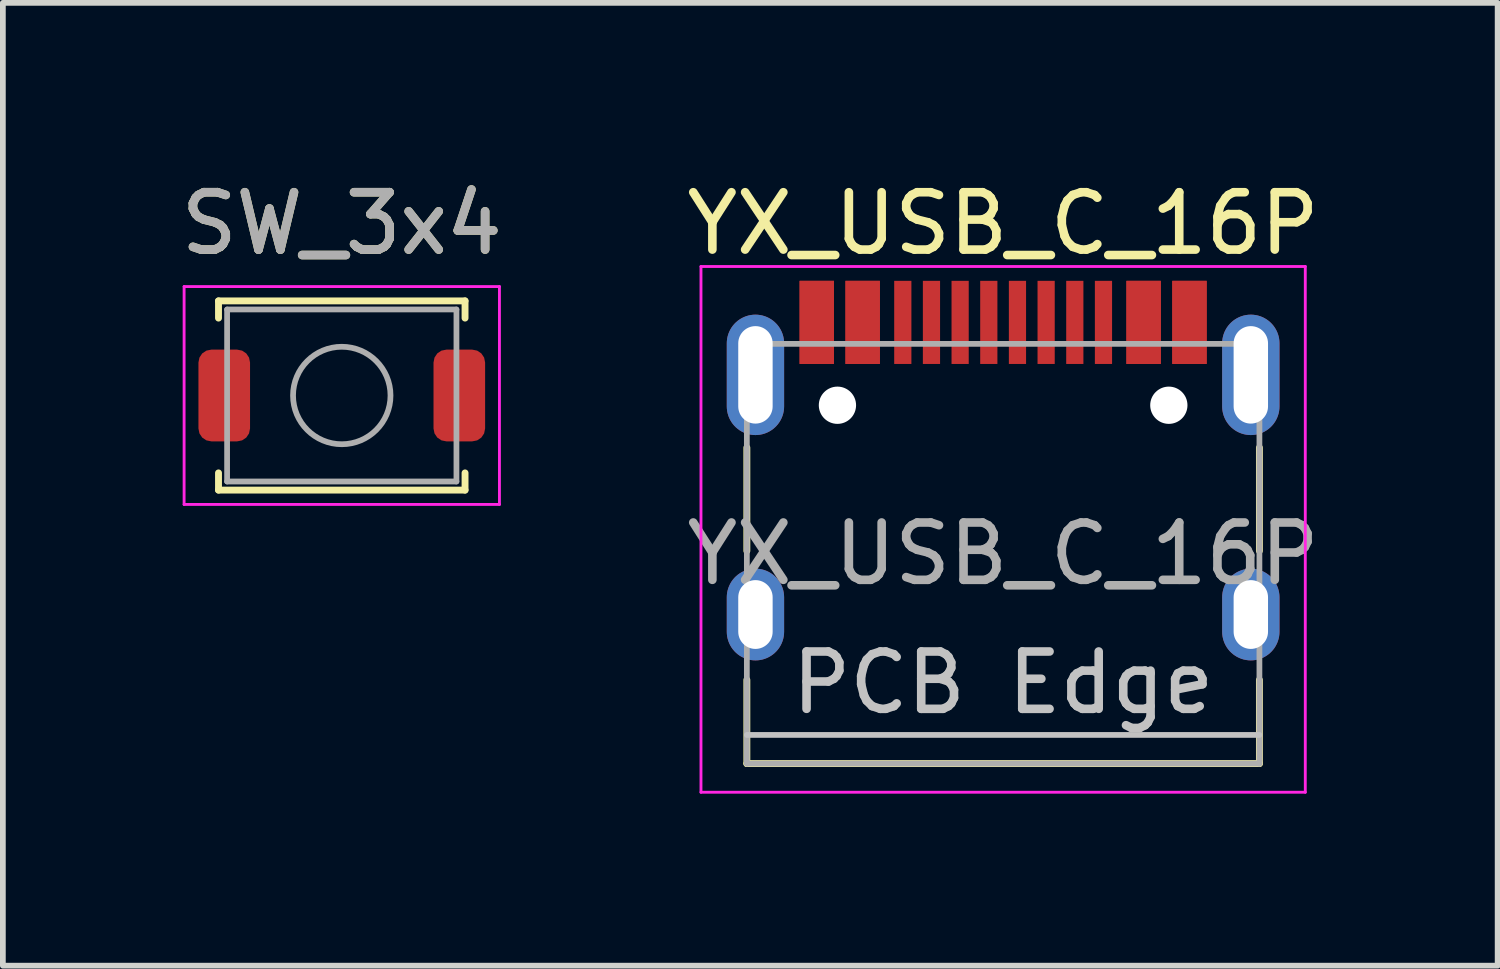
<source format=kicad_pcb>
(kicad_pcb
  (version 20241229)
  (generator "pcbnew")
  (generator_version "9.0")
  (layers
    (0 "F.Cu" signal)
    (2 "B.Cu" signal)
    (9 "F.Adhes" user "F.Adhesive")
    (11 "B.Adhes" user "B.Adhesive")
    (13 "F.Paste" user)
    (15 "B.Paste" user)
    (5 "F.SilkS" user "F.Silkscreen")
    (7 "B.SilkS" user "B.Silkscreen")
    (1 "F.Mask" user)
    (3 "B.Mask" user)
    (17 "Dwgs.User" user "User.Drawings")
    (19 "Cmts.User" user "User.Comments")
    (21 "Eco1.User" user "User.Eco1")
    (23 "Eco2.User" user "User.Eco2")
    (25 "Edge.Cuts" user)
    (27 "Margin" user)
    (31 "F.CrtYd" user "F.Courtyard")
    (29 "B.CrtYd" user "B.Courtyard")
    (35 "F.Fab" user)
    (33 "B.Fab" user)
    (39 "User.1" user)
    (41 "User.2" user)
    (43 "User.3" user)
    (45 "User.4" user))
  (footprint "SW_3x4"
    (layer "F.Cu")
    (at 2.911 3.848)
    (property "Reference" "SW_3x4" (at 0 -3 0) (unlocked yes) (layer "F.SilkS") (effects (font (size 1 1) (thickness 0.15))))
    (attr smd)
    (fp_line (start -2.15 -1.65) (end -2.15 -1.35) (stroke (width 0.12) (type solid)) (layer "F.SilkS"))
    (fp_line (start -2.15 -1.65) (end 2.15 -1.65) (stroke (width 0.12) (type solid)) (layer "F.SilkS"))
    (fp_line (start -2.15 1.65) (end -2.15 1.35) (stroke (width 0.12) (type solid)) (layer "F.SilkS"))
    (fp_line (start -2.15 1.65) (end 2.15 1.65) (stroke (width 0.12) (type solid)) (layer "F.SilkS"))
    (fp_line (start 2.15 -1.65) (end 2.15 -1.35) (stroke (width 0.12) (type solid)) (layer "F.SilkS"))
    (fp_line (start 2.15 1.65) (end 2.15 1.35) (stroke (width 0.12) (type solid)) (layer "F.SilkS"))
    (fp_line (start -2.75 -1.9) (end -2.75 1.9) (stroke (width 0.05) (type solid)) (layer "F.CrtYd"))
    (fp_line (start -2.75 -1.9) (end 2.75 -1.9) (stroke (width 0.05) (type solid)) (layer "F.CrtYd"))
    (fp_line (start -2.75 1.9) (end 2.75 1.9) (stroke (width 0.05) (type solid)) (layer "F.CrtYd"))
    (fp_line (start 2.75 -1.9) (end 2.75 1.9) (stroke (width 0.05) (type solid)) (layer "F.CrtYd"))
    (fp_line (start -2 -1.5) (end 2 -1.5) (stroke (width 0.1) (type solid)) (layer "F.Fab"))
    (fp_line (start -2 1.5) (end -2 -1.5) (stroke (width 0.1) (type solid)) (layer "F.Fab"))
    (fp_line (start -2 1.5) (end 2 1.5) (stroke (width 0.1) (type solid)) (layer "F.Fab"))
    (fp_line (start 2 -1.5) (end 2 1.5) (stroke (width 0.1) (type solid)) (layer "F.Fab"))
    (fp_circle (center 0 0) (end 0.85 0) (stroke (width 0.1) (type solid)) (fill no) (layer "F.Fab"))
    (fp_text user "${REFERENCE}" (at 0 -3 0) (unlocked yes) (layer "F.Fab") (effects (font (size 1 1) (thickness 0.15))))
    (pad "1" smd roundrect (at -2.05 0) (size 0.9 1.6) (layers "F.Cu" "F.Mask" "F.Paste") (roundrect_rratio 0.25))
    (pad "2" smd roundrect (at 2.05 0) (size 0.9 1.6) (layers "F.Cu" "F.Mask" "F.Paste") (roundrect_rratio 0.25)))
  (footprint "YX_USB_C_16P"
    (layer "F.Cu")
    (at 14.446 6.183)
    (property "Reference" "YX_USB_C_16P" (at 0 -5.335 0) (layer "F.SilkS") (effects (font (size 1 1) (thickness 0.15))))
    (attr smd)
    (fp_line (start -4.47 -1.425) (end -4.47 0.375) (stroke (width 0.12) (type solid)) (layer "F.SilkS"))
    (fp_line (start -4.47 4.085) (end -4.47 2.625) (stroke (width 0.12) (type solid)) (layer "F.SilkS"))
    (fp_line (start 4.47 -1.425) (end 4.47 0.375) (stroke (width 0.12) (type solid)) (layer "F.SilkS"))
    (fp_line (start 4.47 4.085) (end -4.47 4.085) (stroke (width 0.12) (type solid)) (layer "F.SilkS"))
    (fp_line (start 4.47 4.085) (end 4.47 2.625) (stroke (width 0.12) (type solid)) (layer "F.SilkS"))
    (fp_line (start -4.47 3.585) (end 4.47 3.585) (stroke (width 0.1) (type solid)) (layer "Dwgs.User"))
    (fp_line (start -5.27 -4.585) (end -5.27 4.585) (stroke (width 0.05) (type solid)) (layer "F.CrtYd"))
    (fp_line (start -5.27 4.585) (end 5.27 4.585) (stroke (width 0.05) (type solid)) (layer "F.CrtYd"))
    (fp_line (start 5.27 -4.585) (end -5.27 -4.585) (stroke (width 0.05) (type solid)) (layer "F.CrtYd"))
    (fp_line (start 5.27 4.585) (end 5.27 -4.585) (stroke (width 0.05) (type solid)) (layer "F.CrtYd"))
    (fp_line (start -4.47 -3.235) (end -4.47 4.085) (stroke (width 0.1) (type solid)) (layer "F.Fab"))
    (fp_line (start -4.47 -3.235) (end 4.47 -3.235) (stroke (width 0.1) (type solid)) (layer "F.Fab"))
    (fp_line (start 4.47 -3.235) (end 4.47 4.085) (stroke (width 0.1) (type solid)) (layer "F.Fab"))
    (fp_line (start 4.47 4.085) (end -4.47 4.085) (stroke (width 0.1) (type solid)) (layer "F.Fab"))
    (fp_text user "PCB Edge" (at 0 2.675 0) (layer "Dwgs.User") (effects (font (size 1 1) (thickness 0.15))))
    (fp_text user "${REFERENCE}" (at 0 0.425 0) (layer "F.Fab") (effects (font (size 1 1) (thickness 0.15))))
    (pad "" np_thru_hole circle (at -2.89 -2.165 180) (size 0.65 0.65) (drill 0.65) (layers "*.Cu" "*.Mask"))
    (pad "" np_thru_hole circle (at 2.89 -2.165 180) (size 0.65 0.65) (drill 0.65) (layers "*.Cu" "*.Mask"))
    (pad "A1" smd rect (at -3.25 -3.61) (size 0.6 1.45) (layers "F.Cu" "F.Mask" "F.Paste"))
    (pad "A4" smd rect (at -2.45 -3.61) (size 0.6 1.45) (layers "F.Cu" "F.Mask" "F.Paste"))
    (pad "A5" smd rect (at -1.25 -3.61 180) (size 0.3 1.45) (layers "F.Cu" "F.Mask" "F.Paste"))
    (pad "A6" smd rect (at -0.25 -3.61 180) (size 0.3 1.45) (layers "F.Cu" "F.Mask" "F.Paste"))
    (pad "A7" smd rect (at 0.25 -3.61 180) (size 0.3 1.45) (layers "F.Cu" "F.Mask" "F.Paste"))
    (pad "A8" smd rect (at 1.25 -3.61 180) (size 0.3 1.45) (layers "F.Cu" "F.Mask" "F.Paste"))
    (pad "A9" smd rect (at 2.45 -3.61) (size 0.6 1.45) (layers "F.Cu" "F.Mask" "F.Paste"))
    (pad "A12" smd rect (at 3.25 -3.61) (size 0.6 1.45) (layers "F.Cu" "F.Mask" "F.Paste"))
    (pad "B1" smd rect (at 3.25 -3.61) (size 0.6 1.45) (layers "F.Cu" "F.Mask" "F.Paste"))
    (pad "B4" smd rect (at 2.45 -3.61) (size 0.6 1.45) (layers "F.Cu" "F.Mask" "F.Paste"))
    (pad "B5" smd rect (at 1.75 -3.61 180) (size 0.3 1.45) (layers "F.Cu" "F.Mask" "F.Paste"))
    (pad "B6" smd rect (at 0.75 -3.61 180) (size 0.3 1.45) (layers "F.Cu" "F.Mask" "F.Paste"))
    (pad "B7" smd rect (at -0.75 -3.61 180) (size 0.3 1.45) (layers "F.Cu" "F.Mask" "F.Paste"))
    (pad "B8" smd rect (at -1.75 -3.61 180) (size 0.3 1.45) (layers "F.Cu" "F.Mask" "F.Paste"))
    (pad "B9" smd rect (at -2.45 -3.61) (size 0.6 1.45) (layers "F.Cu" "F.Mask" "F.Paste"))
    (pad "B12" smd rect (at -3.25 -3.61) (size 0.6 1.45) (layers "F.Cu" "F.Mask" "F.Paste"))
    (pad "S1" thru_hole oval (at -4.32 -2.695 90) (size 2.1 1) (drill oval 1.7 0.6) (layers "*.Cu" "*.Mask"))
    (pad "S1" thru_hole oval (at -4.32 1.485 90) (size 1.6 1) (drill oval 1.2 0.6) (layers "*.Cu" "*.Mask"))
    (pad "S1" thru_hole oval (at 4.32 -2.695 90) (size 2.1 1) (drill oval 1.7 0.6) (layers "*.Cu" "*.Mask"))
    (pad "S1" thru_hole oval (at 4.32 1.485 90) (size 1.6 1) (drill oval 1.2 0.6) (layers "*.Cu" "*.Mask")))
  (gr_rect
    (start -3 -3)
    (end 23.071 13.793)
    (stroke (width 0.1) (type default))
    (fill no)
    (layer "Edge.Cuts")))
</source>
